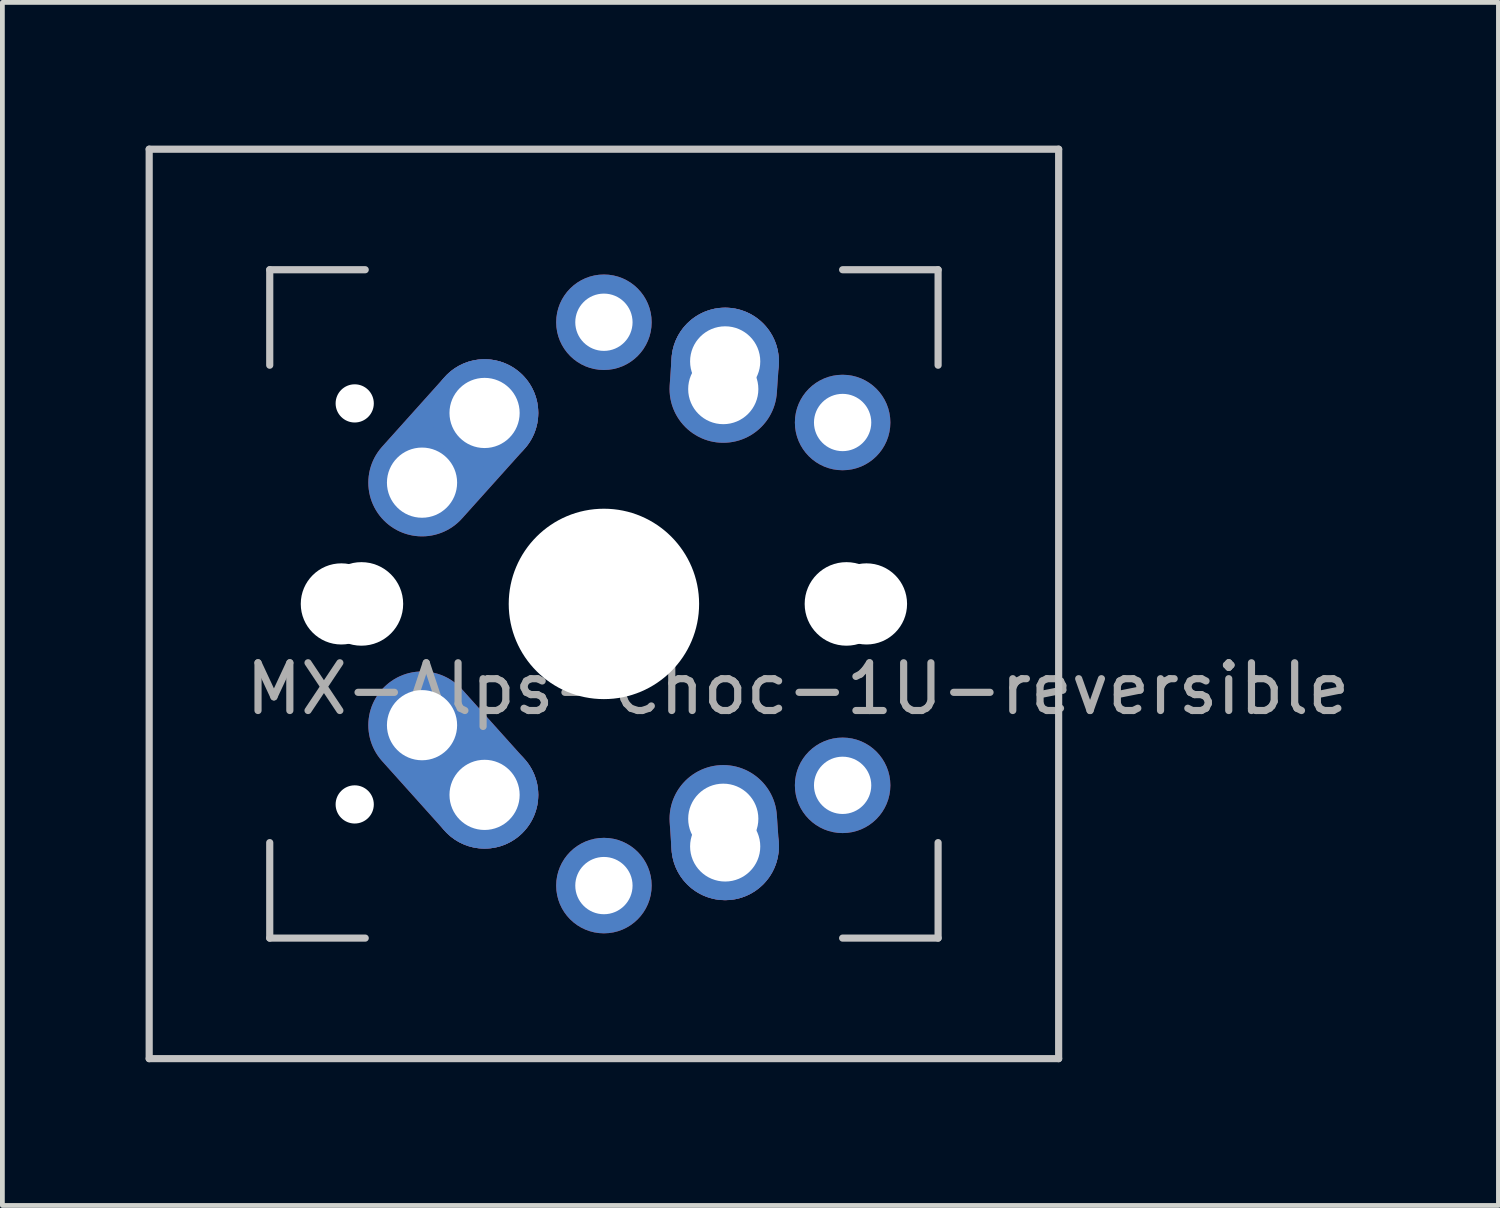
<source format=kicad_pcb>
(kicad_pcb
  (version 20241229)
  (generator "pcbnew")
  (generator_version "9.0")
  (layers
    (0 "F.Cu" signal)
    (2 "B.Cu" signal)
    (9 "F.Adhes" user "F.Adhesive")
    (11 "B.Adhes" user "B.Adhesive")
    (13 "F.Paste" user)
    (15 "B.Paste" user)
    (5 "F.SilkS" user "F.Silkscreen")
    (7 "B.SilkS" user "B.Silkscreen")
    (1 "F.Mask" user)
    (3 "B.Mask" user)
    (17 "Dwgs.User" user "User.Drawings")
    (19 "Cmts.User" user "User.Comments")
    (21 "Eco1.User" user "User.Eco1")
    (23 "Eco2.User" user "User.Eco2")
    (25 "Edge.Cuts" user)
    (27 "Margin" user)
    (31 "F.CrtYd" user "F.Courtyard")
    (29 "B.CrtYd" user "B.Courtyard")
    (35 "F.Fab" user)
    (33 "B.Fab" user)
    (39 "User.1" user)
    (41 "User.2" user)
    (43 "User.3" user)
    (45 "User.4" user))
  (footprint "MX-Alps-Choc-1U-reversible"
    (layer "F.Cu")
    (at 9.6 9.6)
    (property "Reference" "MX-Alps-Choc-1U-reversible" (at 4.064 1.778 0) (layer "F.Fab") (effects (font (size 1 1) (thickness 0.15))))
    (attr through_hole)
    (fp_line (start -9.525 -9.525) (end 9.525 -9.525) (stroke (width 0.15) (type solid)) (layer "Dwgs.User"))
    (fp_line (start -9.525 9.525) (end -9.525 -9.525) (stroke (width 0.15) (type solid)) (layer "Dwgs.User"))
    (fp_line (start -7 -7) (end -7 -5) (stroke (width 0.15) (type solid)) (layer "Dwgs.User"))
    (fp_line (start -7 5) (end -7 7) (stroke (width 0.15) (type solid)) (layer "Dwgs.User"))
    (fp_line (start -7 7) (end -5 7) (stroke (width 0.15) (type solid)) (layer "Dwgs.User"))
    (fp_line (start -5 -7) (end -7 -7) (stroke (width 0.15) (type solid)) (layer "Dwgs.User"))
    (fp_line (start 5 -7) (end 7 -7) (stroke (width 0.15) (type solid)) (layer "Dwgs.User"))
    (fp_line (start 5 7) (end 7 7) (stroke (width 0.15) (type solid)) (layer "Dwgs.User"))
    (fp_line (start 7 -7) (end 7 -5) (stroke (width 0.15) (type solid)) (layer "Dwgs.User"))
    (fp_line (start 7 7) (end 7 5) (stroke (width 0.15) (type solid)) (layer "Dwgs.User"))
    (fp_line (start 9.525 -9.525) (end 9.525 9.525) (stroke (width 0.15) (type solid)) (layer "Dwgs.User"))
    (fp_line (start 9.525 9.525) (end -9.525 9.525) (stroke (width 0.15) (type solid)) (layer "Dwgs.User"))
    (pad "" np_thru_hole circle (at -5.5 0 48.1) (size 1.7 1.7) (drill 1.7) (layers "*.Cu" "*.Mask"))
    (pad "" np_thru_hole circle (at -5.22 -4.2 131.9) (size 0.8 0.8) (drill 0.8) (layers "*.Cu" "*.Mask"))
    (pad "" np_thru_hole circle (at -5.22 4.2 48.1) (size 0.8 0.8) (drill 0.8) (layers "*.Cu" "*.Mask"))
    (pad "" np_thru_hole circle (at -5.08 0 48.1) (size 1.75 1.75) (drill 1.75) (layers "*.Cu" "*.Mask"))
    (pad "" np_thru_hole circle (at 0 0 180) (size 3.988 3.988) (drill 3.988) (layers "*.Cu" "*.Mask"))
    (pad "" np_thru_hole circle (at 5.08 0 48.1) (size 1.75 1.75) (drill 1.75) (layers "*.Cu" "*.Mask"))
    (pad "" np_thru_hole circle (at 5.5 0 48.1) (size 1.7 1.7) (drill 1.7) (layers "*.Cu" "*.Mask"))
    (pad "1" thru_hole oval (at -3.81 -2.54 48.1) (size 4.212 2.25) (drill 1.47 (offset 0.981 0)) (layers "*.Cu" "*.Mask"))
    (pad "1" thru_hole oval (at -3.81 2.54 131.9) (size 4.212 2.25) (drill 1.47 (offset -0.981 0)) (layers "*.Cu" "*.Mask"))
    (pad "1" thru_hole circle (at -2.5 -4) (size 2.25 2.25) (drill 1.47) (layers "*.Cu" "*.Mask"))
    (pad "1" thru_hole circle (at -2.5 4 180) (size 2.25 2.25) (drill 1.47) (layers "*.Cu" "*.Mask"))
    (pad "1" thru_hole circle (at 0 -5.9) (size 2 2) (drill 1.2) (layers "*.Cu" "*.Mask"))
    (pad "1" thru_hole circle (at 0 5.9 180) (size 2 2) (drill 1.2) (layers "*.Cu" "*.Mask"))
    (pad "2" thru_hole oval (at 2.5 -4.5 86.1) (size 2.831 2.25) (drill 1.47 (offset 0.291 0)) (layers "*.Cu" "*.Mask"))
    (pad "2" thru_hole oval (at 2.5 4.5 93.9) (size 2.831 2.25) (drill 1.47 (offset -0.291 0)) (layers "*.Cu" "*.Mask"))
    (pad "2" thru_hole circle (at 2.54 -5.08) (size 2.25 2.25) (drill 1.47) (layers "*.Cu" "*.Mask"))
    (pad "2" thru_hole circle (at 2.54 5.08 180) (size 2.25 2.25) (drill 1.47) (layers "*.Cu" "*.Mask"))
    (pad "2" thru_hole circle (at 5 -3.8) (size 2 2) (drill 1.2) (layers "*.Cu" "*.Mask"))
    (pad "2" thru_hole circle (at 5 3.8 180) (size 2 2) (drill 1.2) (layers "*.Cu" "*.Mask")))
  (gr_rect
    (start -3 -3)
    (end 28.337 22.2)
    (stroke (width 0.1) (type default))
    (fill no)
    (layer "Edge.Cuts")))
</source>
